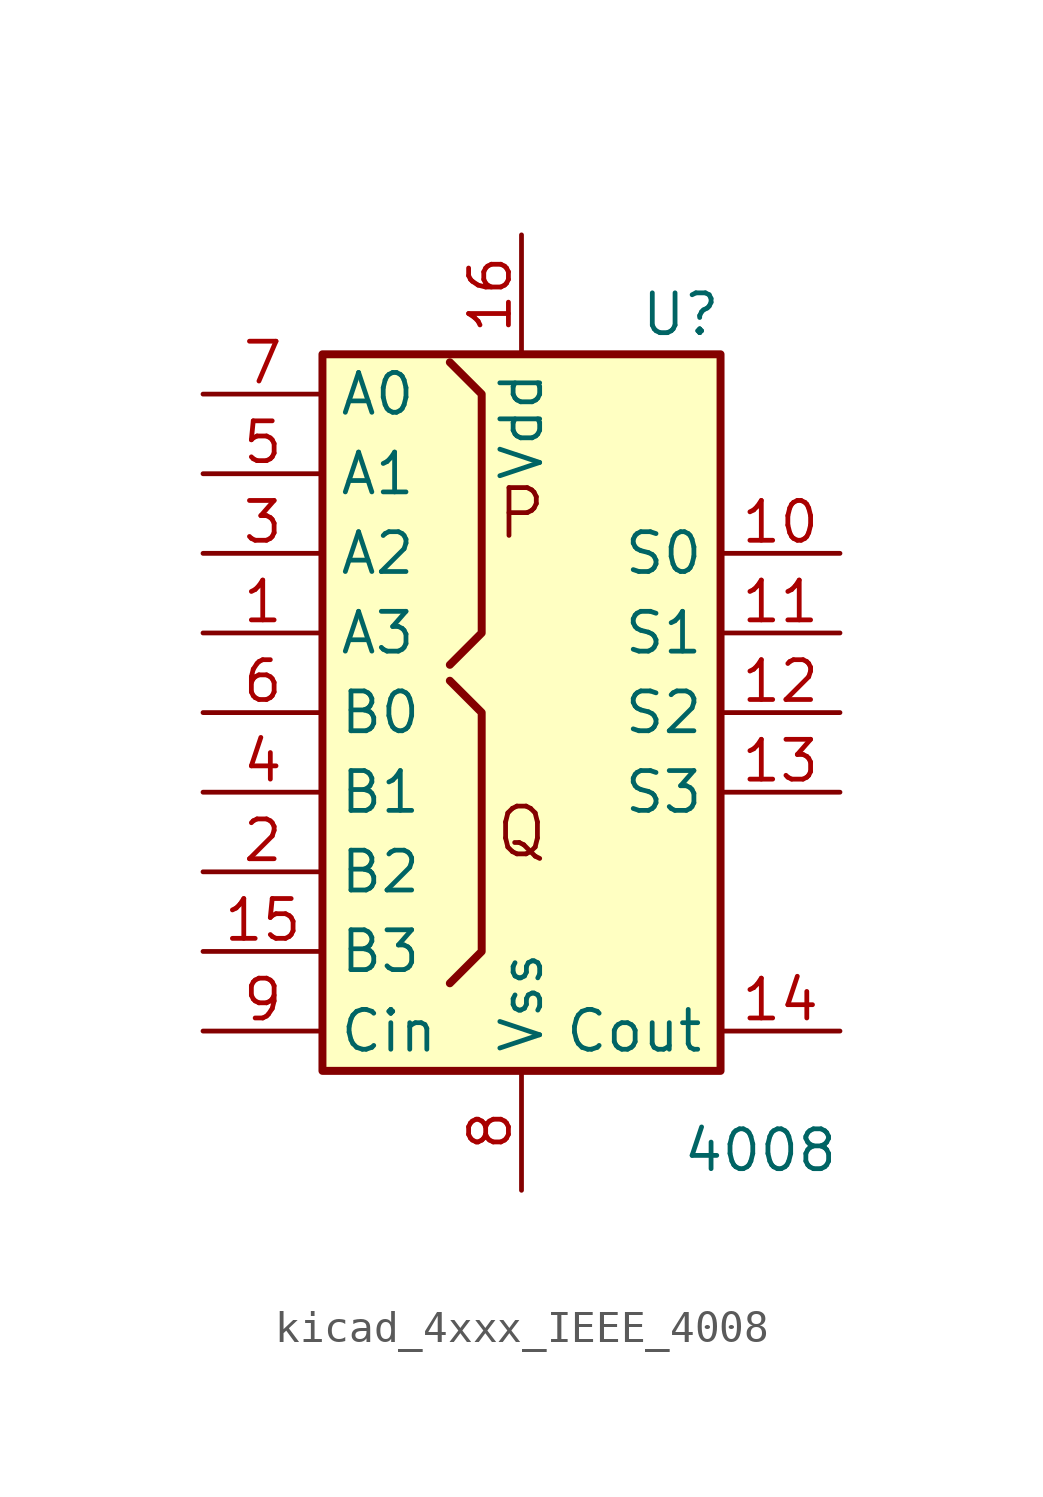
<source format=kicad_sym>
(kicad_symbol_lib
  (version 20220914)
  (generator kicad_symbol_editor)
  (symbol "kicad_4xxx_IEEE_4008"
    (property "Reference" "U"
      (at 5.08 12.7 0)
      (effects (font (size 1.27 1.27))))
    (property "Value" "4008"
      (at 7.62 -13.97 0)
      (effects (font (size 1.27 1.27))))
    (symbol "kicad_4xxx_IEEE_4008_0_0"
      (text "P" (at 0 6.35 0) (effects (font (size 1.524 1.524))))
      (text "Q" (at 0 -3.81 0) (effects (font (size 1.524 1.524)))))
    (symbol "kicad_4xxx_IEEE_4008_0_1"
      (rectangle (start -6.35 11.43) (end 6.35 -11.43) (stroke (width 0.254) (type default)) (fill (type background)))
      (polyline (pts (xy -2.286 1.016) (xy -1.27 0) (xy -1.27 -7.62) (xy -2.286 -8.636) (xy -2.286 -8.636)) (stroke (width 0.254) (type default)) (fill (type background)))
      (polyline (pts (xy -2.286 1.524) (xy -1.27 2.54) (xy -1.27 10.16) (xy -2.286 11.176) (xy -2.286 11.176)) (stroke (width 0.254) (type default)) (fill (type background))))
    (symbol "kicad_4xxx_IEEE_4008_1_1"
      (pin input line (at -10.16 2.54 0) (length 3.81) (name "A3" (effects (font (size 1.27 1.27)))) (number "1" (effects (font (size 1.27 1.27)))))
      (pin output line (at 10.16 5.08 180) (length 3.81) (name "S0" (effects (font (size 1.27 1.27)))) (number "10" (effects (font (size 1.27 1.27)))))
      (pin output line (at 10.16 2.54 180) (length 3.81) (name "S1" (effects (font (size 1.27 1.27)))) (number "11" (effects (font (size 1.27 1.27)))))
      (pin output line (at 10.16 0 180) (length 3.81) (name "S2" (effects (font (size 1.27 1.27)))) (number "12" (effects (font (size 1.27 1.27)))))
      (pin output line (at 10.16 -2.54 180) (length 3.81) (name "S3" (effects (font (size 1.27 1.27)))) (number "13" (effects (font (size 1.27 1.27)))))
      (pin output line (at 10.16 -10.16 180) (length 3.81) (name "Cout" (effects (font (size 1.27 1.27)))) (number "14" (effects (font (size 1.27 1.27)))))
      (pin input line (at -10.16 -7.62 0) (length 3.81) (name "B3" (effects (font (size 1.27 1.27)))) (number "15" (effects (font (size 1.27 1.27)))))
      (pin power_in line (at 0 15.24 270) (length 3.81) (name "Vdd" (effects (font (size 1.27 1.27)))) (number "16" (effects (font (size 1.27 1.27)))))
      (pin input line (at -10.16 -5.08 0) (length 3.81) (name "B2" (effects (font (size 1.27 1.27)))) (number "2" (effects (font (size 1.27 1.27)))))
      (pin input line (at -10.16 5.08 0) (length 3.81) (name "A2" (effects (font (size 1.27 1.27)))) (number "3" (effects (font (size 1.27 1.27)))))
      (pin input line (at -10.16 -2.54 0) (length 3.81) (name "B1" (effects (font (size 1.27 1.27)))) (number "4" (effects (font (size 1.27 1.27)))))
      (pin input line (at -10.16 7.62 0) (length 3.81) (name "A1" (effects (font (size 1.27 1.27)))) (number "5" (effects (font (size 1.27 1.27)))))
      (pin input line (at -10.16 0 0) (length 3.81) (name "B0" (effects (font (size 1.27 1.27)))) (number "6" (effects (font (size 1.27 1.27)))))
      (pin input line (at -10.16 10.16 0) (length 3.81) (name "A0" (effects (font (size 1.27 1.27)))) (number "7" (effects (font (size 1.27 1.27)))))
      (pin power_in line (at 0 -15.24 90) (length 3.81) (name "Vss" (effects (font (size 1.27 1.27)))) (number "8" (effects (font (size 1.27 1.27)))))
      (pin input line (at -10.16 -10.16 0) (length 3.81) (name "Cin" (effects (font (size 1.27 1.27)))) (number "9" (effects (font (size 1.27 1.27))))))))
</source>
